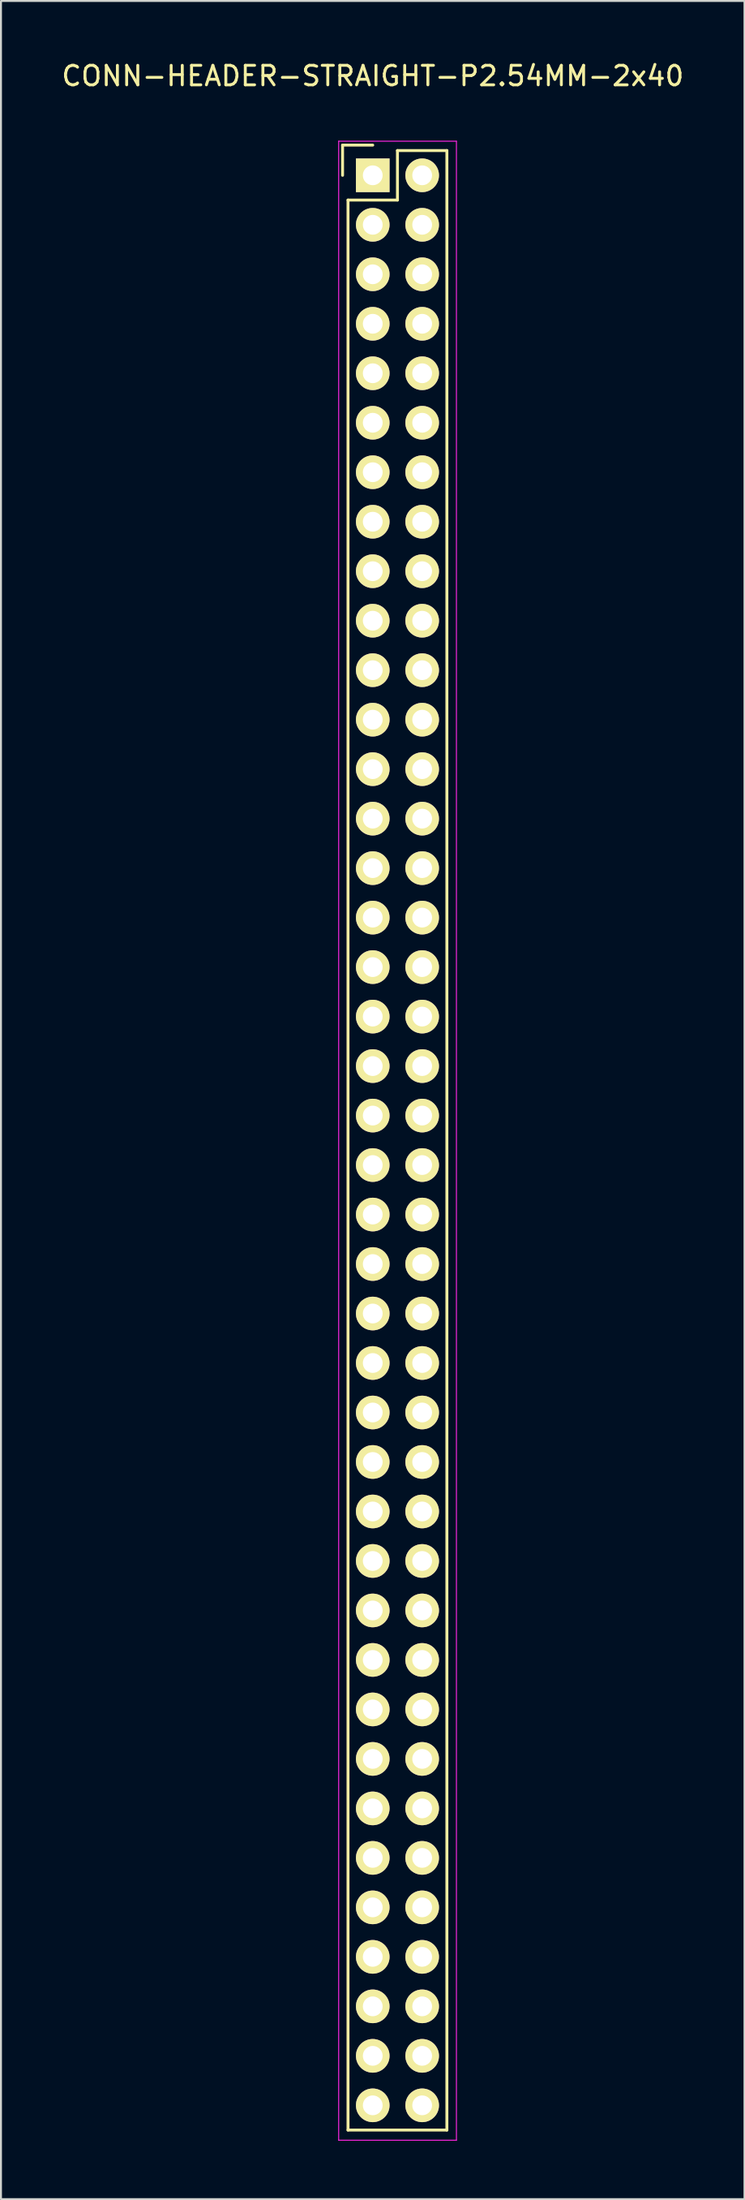
<source format=kicad_pcb>
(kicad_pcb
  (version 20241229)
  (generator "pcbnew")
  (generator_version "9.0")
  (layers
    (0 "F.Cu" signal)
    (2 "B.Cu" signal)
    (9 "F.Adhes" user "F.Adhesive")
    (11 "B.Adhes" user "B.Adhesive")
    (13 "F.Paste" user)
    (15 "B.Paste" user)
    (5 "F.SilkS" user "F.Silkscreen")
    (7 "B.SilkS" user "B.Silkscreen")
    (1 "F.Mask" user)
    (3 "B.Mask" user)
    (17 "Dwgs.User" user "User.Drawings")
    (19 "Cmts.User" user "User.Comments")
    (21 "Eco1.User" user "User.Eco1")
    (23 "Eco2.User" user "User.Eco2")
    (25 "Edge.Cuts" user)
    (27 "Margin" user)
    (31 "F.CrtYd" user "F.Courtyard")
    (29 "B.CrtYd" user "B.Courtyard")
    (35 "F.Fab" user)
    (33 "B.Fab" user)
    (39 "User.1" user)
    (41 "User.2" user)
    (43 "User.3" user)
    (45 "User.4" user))
  (footprint "CONN-HEADER-STRAIGHT-P2.54MM-2x40"
    (layer "F.Cu")
    (at 16.101 5.948)
    (property "Reference" "CONN-HEADER-STRAIGHT-P2.54MM-2x40" (at 0 -5.1 0) (layer "F.SilkS") (effects (font (size 1 1) (thickness 0.15))))
    (attr through_hole)
    (fp_line (start -1.55 -1.55) (end -1.55 0) (stroke (width 0.15) (type solid)) (layer "F.SilkS"))
    (fp_line (start -1.27 100.33) (end -1.27 1.27) (stroke (width 0.15) (type solid)) (layer "F.SilkS"))
    (fp_line (start 0 -1.55) (end -1.55 -1.55) (stroke (width 0.15) (type solid)) (layer "F.SilkS"))
    (fp_line (start 1.27 -1.27) (end 1.27 1.27) (stroke (width 0.15) (type solid)) (layer "F.SilkS"))
    (fp_line (start 1.27 1.27) (end -1.27 1.27) (stroke (width 0.15) (type solid)) (layer "F.SilkS"))
    (fp_line (start 3.81 -1.27) (end 1.27 -1.27) (stroke (width 0.15) (type solid)) (layer "F.SilkS"))
    (fp_line (start 3.81 -1.27) (end 3.81 100.33) (stroke (width 0.15) (type solid)) (layer "F.SilkS"))
    (fp_line (start 3.81 100.33) (end -1.27 100.33) (stroke (width 0.15) (type solid)) (layer "F.SilkS"))
    (fp_line (start -1.75 -1.75) (end -1.75 100.85) (stroke (width 0.05) (type solid)) (layer "F.CrtYd"))
    (fp_line (start -1.75 -1.75) (end 4.3 -1.75) (stroke (width 0.05) (type solid)) (layer "F.CrtYd"))
    (fp_line (start -1.75 100.85) (end 4.3 100.85) (stroke (width 0.05) (type solid)) (layer "F.CrtYd"))
    (fp_line (start 4.3 -1.75) (end 4.3 100.85) (stroke (width 0.05) (type solid)) (layer "F.CrtYd"))
    (pad "1" thru_hole rect (at 0 0) (size 1.727 1.727) (drill 1.016) (layers "*.Cu" "*.Mask" "F.SilkS"))
    (pad "2" thru_hole oval (at 2.54 0) (size 1.727 1.727) (drill 1.016) (layers "*.Cu" "*.Mask" "F.SilkS"))
    (pad "3" thru_hole oval (at 0 2.54) (size 1.727 1.727) (drill 1.016) (layers "*.Cu" "*.Mask" "F.SilkS"))
    (pad "4" thru_hole oval (at 2.54 2.54) (size 1.727 1.727) (drill 1.016) (layers "*.Cu" "*.Mask" "F.SilkS"))
    (pad "5" thru_hole oval (at 0 5.08) (size 1.727 1.727) (drill 1.016) (layers "*.Cu" "*.Mask" "F.SilkS"))
    (pad "6" thru_hole oval (at 2.54 5.08) (size 1.727 1.727) (drill 1.016) (layers "*.Cu" "*.Mask" "F.SilkS"))
    (pad "7" thru_hole oval (at 0 7.62) (size 1.727 1.727) (drill 1.016) (layers "*.Cu" "*.Mask" "F.SilkS"))
    (pad "8" thru_hole oval (at 2.54 7.62) (size 1.727 1.727) (drill 1.016) (layers "*.Cu" "*.Mask" "F.SilkS"))
    (pad "9" thru_hole oval (at 0 10.16) (size 1.727 1.727) (drill 1.016) (layers "*.Cu" "*.Mask" "F.SilkS"))
    (pad "10" thru_hole oval (at 2.54 10.16) (size 1.727 1.727) (drill 1.016) (layers "*.Cu" "*.Mask" "F.SilkS"))
    (pad "11" thru_hole oval (at 0 12.7) (size 1.727 1.727) (drill 1.016) (layers "*.Cu" "*.Mask" "F.SilkS"))
    (pad "12" thru_hole oval (at 2.54 12.7) (size 1.727 1.727) (drill 1.016) (layers "*.Cu" "*.Mask" "F.SilkS"))
    (pad "13" thru_hole oval (at 0 15.24) (size 1.727 1.727) (drill 1.016) (layers "*.Cu" "*.Mask" "F.SilkS"))
    (pad "14" thru_hole oval (at 2.54 15.24) (size 1.727 1.727) (drill 1.016) (layers "*.Cu" "*.Mask" "F.SilkS"))
    (pad "15" thru_hole oval (at 0 17.78) (size 1.727 1.727) (drill 1.016) (layers "*.Cu" "*.Mask" "F.SilkS"))
    (pad "16" thru_hole oval (at 2.54 17.78) (size 1.727 1.727) (drill 1.016) (layers "*.Cu" "*.Mask" "F.SilkS"))
    (pad "17" thru_hole oval (at 0 20.32) (size 1.727 1.727) (drill 1.016) (layers "*.Cu" "*.Mask" "F.SilkS"))
    (pad "18" thru_hole oval (at 2.54 20.32) (size 1.727 1.727) (drill 1.016) (layers "*.Cu" "*.Mask" "F.SilkS"))
    (pad "19" thru_hole oval (at 0 22.86) (size 1.727 1.727) (drill 1.016) (layers "*.Cu" "*.Mask" "F.SilkS"))
    (pad "20" thru_hole oval (at 2.54 22.86) (size 1.727 1.727) (drill 1.016) (layers "*.Cu" "*.Mask" "F.SilkS"))
    (pad "21" thru_hole oval (at 0 25.4) (size 1.727 1.727) (drill 1.016) (layers "*.Cu" "*.Mask" "F.SilkS"))
    (pad "22" thru_hole oval (at 2.54 25.4) (size 1.727 1.727) (drill 1.016) (layers "*.Cu" "*.Mask" "F.SilkS"))
    (pad "23" thru_hole oval (at 0 27.94) (size 1.727 1.727) (drill 1.016) (layers "*.Cu" "*.Mask" "F.SilkS"))
    (pad "24" thru_hole oval (at 2.54 27.94) (size 1.727 1.727) (drill 1.016) (layers "*.Cu" "*.Mask" "F.SilkS"))
    (pad "25" thru_hole oval (at 0 30.48) (size 1.727 1.727) (drill 1.016) (layers "*.Cu" "*.Mask" "F.SilkS"))
    (pad "26" thru_hole oval (at 2.54 30.48) (size 1.727 1.727) (drill 1.016) (layers "*.Cu" "*.Mask" "F.SilkS"))
    (pad "27" thru_hole oval (at 0 33.02) (size 1.727 1.727) (drill 1.016) (layers "*.Cu" "*.Mask" "F.SilkS"))
    (pad "28" thru_hole oval (at 2.54 33.02) (size 1.727 1.727) (drill 1.016) (layers "*.Cu" "*.Mask" "F.SilkS"))
    (pad "29" thru_hole oval (at 0 35.56) (size 1.727 1.727) (drill 1.016) (layers "*.Cu" "*.Mask" "F.SilkS"))
    (pad "30" thru_hole oval (at 2.54 35.56) (size 1.727 1.727) (drill 1.016) (layers "*.Cu" "*.Mask" "F.SilkS"))
    (pad "31" thru_hole oval (at 0 38.1) (size 1.727 1.727) (drill 1.016) (layers "*.Cu" "*.Mask" "F.SilkS"))
    (pad "32" thru_hole oval (at 2.54 38.1) (size 1.727 1.727) (drill 1.016) (layers "*.Cu" "*.Mask" "F.SilkS"))
    (pad "33" thru_hole oval (at 0 40.64) (size 1.727 1.727) (drill 1.016) (layers "*.Cu" "*.Mask" "F.SilkS"))
    (pad "34" thru_hole oval (at 2.54 40.64) (size 1.727 1.727) (drill 1.016) (layers "*.Cu" "*.Mask" "F.SilkS"))
    (pad "35" thru_hole oval (at 0 43.18) (size 1.727 1.727) (drill 1.016) (layers "*.Cu" "*.Mask" "F.SilkS"))
    (pad "36" thru_hole oval (at 2.54 43.18) (size 1.727 1.727) (drill 1.016) (layers "*.Cu" "*.Mask" "F.SilkS"))
    (pad "37" thru_hole oval (at 0 45.72) (size 1.727 1.727) (drill 1.016) (layers "*.Cu" "*.Mask" "F.SilkS"))
    (pad "38" thru_hole oval (at 2.54 45.72) (size 1.727 1.727) (drill 1.016) (layers "*.Cu" "*.Mask" "F.SilkS"))
    (pad "39" thru_hole oval (at 0 48.26) (size 1.727 1.727) (drill 1.016) (layers "*.Cu" "*.Mask" "F.SilkS"))
    (pad "40" thru_hole oval (at 2.54 48.26) (size 1.727 1.727) (drill 1.016) (layers "*.Cu" "*.Mask" "F.SilkS"))
    (pad "41" thru_hole oval (at 0 50.8) (size 1.727 1.727) (drill 1.016) (layers "*.Cu" "*.Mask" "F.SilkS"))
    (pad "42" thru_hole oval (at 2.54 50.8) (size 1.727 1.727) (drill 1.016) (layers "*.Cu" "*.Mask" "F.SilkS"))
    (pad "43" thru_hole oval (at 0 53.34) (size 1.727 1.727) (drill 1.016) (layers "*.Cu" "*.Mask" "F.SilkS"))
    (pad "44" thru_hole oval (at 2.54 53.34) (size 1.727 1.727) (drill 1.016) (layers "*.Cu" "*.Mask" "F.SilkS"))
    (pad "45" thru_hole oval (at 0 55.88) (size 1.727 1.727) (drill 1.016) (layers "*.Cu" "*.Mask" "F.SilkS"))
    (pad "46" thru_hole oval (at 2.54 55.88) (size 1.727 1.727) (drill 1.016) (layers "*.Cu" "*.Mask" "F.SilkS"))
    (pad "47" thru_hole oval (at 0 58.42) (size 1.727 1.727) (drill 1.016) (layers "*.Cu" "*.Mask" "F.SilkS"))
    (pad "48" thru_hole oval (at 2.54 58.42) (size 1.727 1.727) (drill 1.016) (layers "*.Cu" "*.Mask" "F.SilkS"))
    (pad "49" thru_hole oval (at 0 60.96) (size 1.727 1.727) (drill 1.016) (layers "*.Cu" "*.Mask" "F.SilkS"))
    (pad "50" thru_hole oval (at 2.54 60.96) (size 1.727 1.727) (drill 1.016) (layers "*.Cu" "*.Mask" "F.SilkS"))
    (pad "51" thru_hole oval (at 0 63.5) (size 1.727 1.727) (drill 1.016) (layers "*.Cu" "*.Mask" "F.SilkS"))
    (pad "52" thru_hole oval (at 2.54 63.5) (size 1.727 1.727) (drill 1.016) (layers "*.Cu" "*.Mask" "F.SilkS"))
    (pad "53" thru_hole oval (at 0 66.04) (size 1.727 1.727) (drill 1.016) (layers "*.Cu" "*.Mask" "F.SilkS"))
    (pad "54" thru_hole oval (at 2.54 66.04) (size 1.727 1.727) (drill 1.016) (layers "*.Cu" "*.Mask" "F.SilkS"))
    (pad "55" thru_hole oval (at 0 68.58) (size 1.727 1.727) (drill 1.016) (layers "*.Cu" "*.Mask" "F.SilkS"))
    (pad "56" thru_hole oval (at 2.54 68.58) (size 1.727 1.727) (drill 1.016) (layers "*.Cu" "*.Mask" "F.SilkS"))
    (pad "57" thru_hole oval (at 0 71.12) (size 1.727 1.727) (drill 1.016) (layers "*.Cu" "*.Mask" "F.SilkS"))
    (pad "58" thru_hole oval (at 2.54 71.12) (size 1.727 1.727) (drill 1.016) (layers "*.Cu" "*.Mask" "F.SilkS"))
    (pad "59" thru_hole oval (at 0 73.66) (size 1.727 1.727) (drill 1.016) (layers "*.Cu" "*.Mask" "F.SilkS"))
    (pad "60" thru_hole oval (at 2.54 73.66) (size 1.727 1.727) (drill 1.016) (layers "*.Cu" "*.Mask" "F.SilkS"))
    (pad "61" thru_hole oval (at 0 76.2) (size 1.727 1.727) (drill 1.016) (layers "*.Cu" "*.Mask" "F.SilkS"))
    (pad "62" thru_hole oval (at 2.54 76.2) (size 1.727 1.727) (drill 1.016) (layers "*.Cu" "*.Mask" "F.SilkS"))
    (pad "63" thru_hole oval (at 0 78.74) (size 1.727 1.727) (drill 1.016) (layers "*.Cu" "*.Mask" "F.SilkS"))
    (pad "64" thru_hole oval (at 2.54 78.74) (size 1.727 1.727) (drill 1.016) (layers "*.Cu" "*.Mask" "F.SilkS"))
    (pad "65" thru_hole oval (at 0 81.28) (size 1.727 1.727) (drill 1.016) (layers "*.Cu" "*.Mask" "F.SilkS"))
    (pad "66" thru_hole oval (at 2.54 81.28) (size 1.727 1.727) (drill 1.016) (layers "*.Cu" "*.Mask" "F.SilkS"))
    (pad "67" thru_hole oval (at 0 83.82) (size 1.727 1.727) (drill 1.016) (layers "*.Cu" "*.Mask" "F.SilkS"))
    (pad "68" thru_hole oval (at 2.54 83.82) (size 1.727 1.727) (drill 1.016) (layers "*.Cu" "*.Mask" "F.SilkS"))
    (pad "69" thru_hole oval (at 0 86.36) (size 1.727 1.727) (drill 1.016) (layers "*.Cu" "*.Mask" "F.SilkS"))
    (pad "70" thru_hole oval (at 2.54 86.36) (size 1.727 1.727) (drill 1.016) (layers "*.Cu" "*.Mask" "F.SilkS"))
    (pad "71" thru_hole oval (at 0 88.9) (size 1.727 1.727) (drill 1.016) (layers "*.Cu" "*.Mask" "F.SilkS"))
    (pad "72" thru_hole oval (at 2.54 88.9) (size 1.727 1.727) (drill 1.016) (layers "*.Cu" "*.Mask" "F.SilkS"))
    (pad "73" thru_hole oval (at 0 91.44) (size 1.727 1.727) (drill 1.016) (layers "*.Cu" "*.Mask" "F.SilkS"))
    (pad "74" thru_hole oval (at 2.54 91.44) (size 1.727 1.727) (drill 1.016) (layers "*.Cu" "*.Mask" "F.SilkS"))
    (pad "75" thru_hole oval (at 0 93.98) (size 1.727 1.727) (drill 1.016) (layers "*.Cu" "*.Mask" "F.SilkS"))
    (pad "76" thru_hole oval (at 2.54 93.98) (size 1.727 1.727) (drill 1.016) (layers "*.Cu" "*.Mask" "F.SilkS"))
    (pad "77" thru_hole oval (at 0 96.52) (size 1.727 1.727) (drill 1.016) (layers "*.Cu" "*.Mask" "F.SilkS"))
    (pad "78" thru_hole oval (at 2.54 96.52) (size 1.727 1.727) (drill 1.016) (layers "*.Cu" "*.Mask" "F.SilkS"))
    (pad "79" thru_hole oval (at 0 99.06) (size 1.727 1.727) (drill 1.016) (layers "*.Cu" "*.Mask" "F.SilkS"))
    (pad "80" thru_hole oval (at 2.54 99.06) (size 1.727 1.727) (drill 1.016) (layers "*.Cu" "*.Mask" "F.SilkS")))
  (gr_rect
    (start -3 -3)
    (end 35.202 109.823)
    (stroke (width 0.1) (type default))
    (fill no)
    (layer "Edge.Cuts")))
</source>
